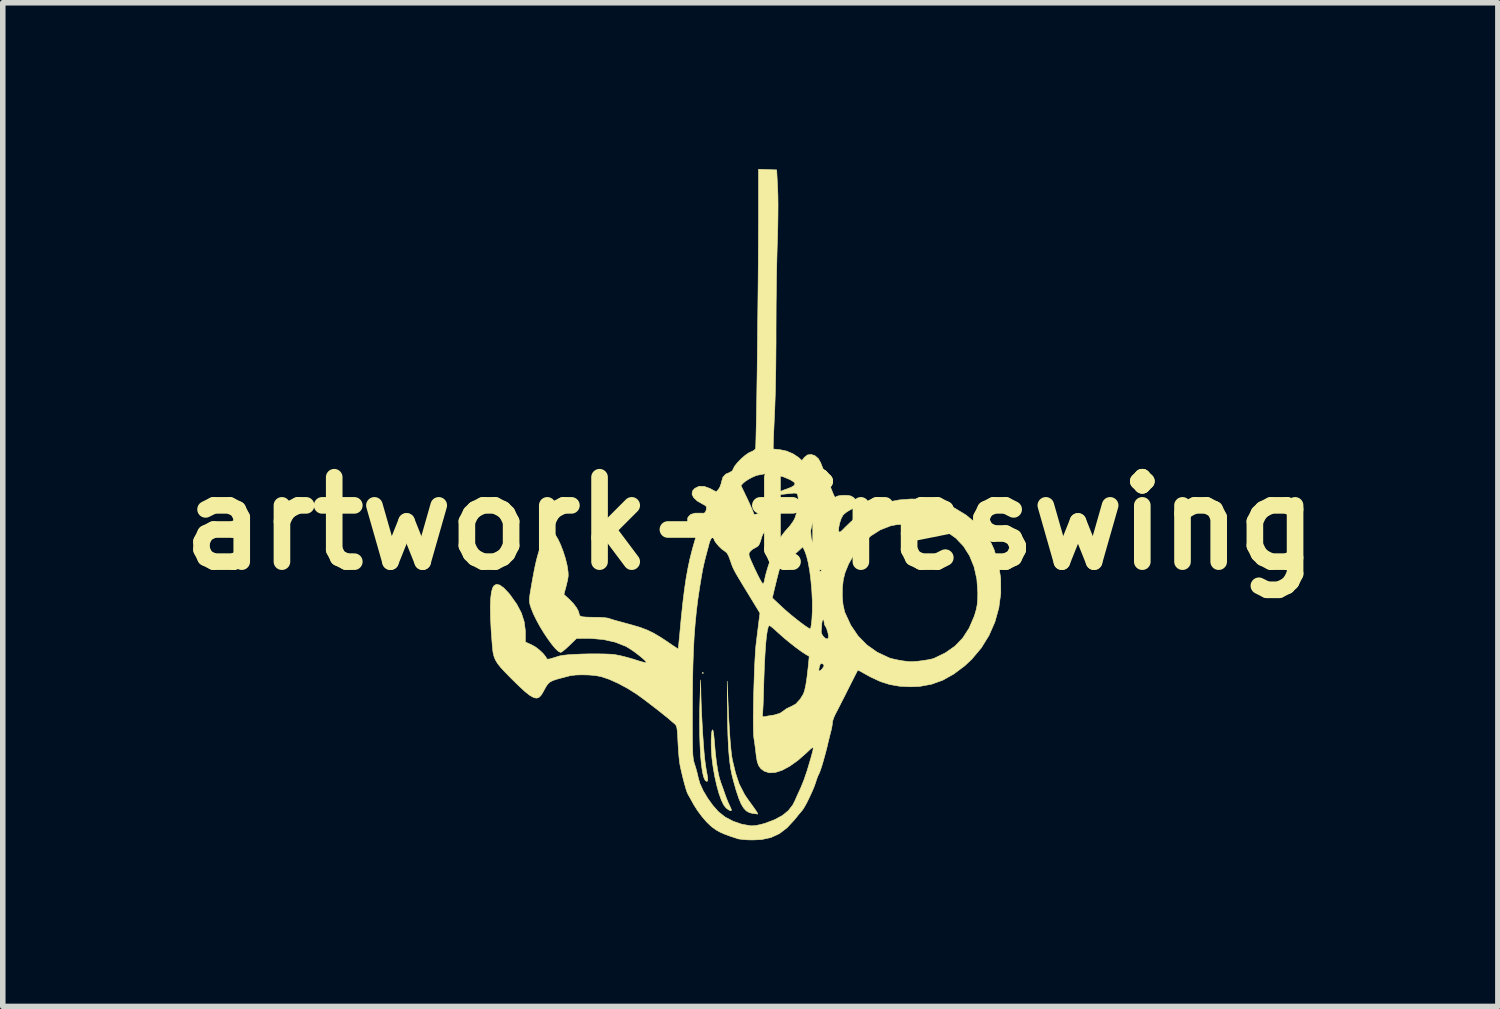
<source format=kicad_pcb>
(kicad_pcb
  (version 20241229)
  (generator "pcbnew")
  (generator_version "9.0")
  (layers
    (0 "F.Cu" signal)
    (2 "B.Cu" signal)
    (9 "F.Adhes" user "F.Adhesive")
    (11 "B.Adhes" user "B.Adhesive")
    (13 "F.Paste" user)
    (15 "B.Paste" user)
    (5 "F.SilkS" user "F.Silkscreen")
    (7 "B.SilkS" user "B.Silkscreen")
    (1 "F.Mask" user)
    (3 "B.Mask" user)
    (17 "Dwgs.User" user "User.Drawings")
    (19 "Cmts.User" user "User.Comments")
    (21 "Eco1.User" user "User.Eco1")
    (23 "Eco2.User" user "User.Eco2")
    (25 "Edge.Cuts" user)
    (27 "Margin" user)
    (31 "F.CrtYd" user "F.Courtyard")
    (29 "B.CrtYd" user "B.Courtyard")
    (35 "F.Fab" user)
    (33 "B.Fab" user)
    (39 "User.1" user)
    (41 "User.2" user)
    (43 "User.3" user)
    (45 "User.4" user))
  (footprint "artwork-tireswing"
    (layer "F.Cu")
    (at 10.494 6.399)
    (property "Reference" "artwork-tireswing" (at 0 0 0) (layer "F.SilkS") (effects (font (size 1.524 1.524) (thickness 0.3))))
    (attr through_hole)
    (fp_poly (pts (xy -0.847 2.699) (xy -0.857 2.709) (xy -0.868 2.699) (xy -0.857 2.688) (xy -0.847 2.699)) (stroke (width 0.01) (type solid)) (fill yes) (layer "F.SilkS"))
    (fp_poly (pts (xy -0.891 3.111) (xy -0.888 3.227) (xy -0.882 3.372) (xy -0.874 3.533) (xy -0.865 3.697) (xy -0.857 3.831) (xy -0.845 4.002) (xy -0.834 4.14) (xy -0.823 4.254) (xy -0.81 4.354) (xy -0.795 4.45) (xy -0.777 4.549) (xy -0.772 4.577) (xy -0.768 4.634) (xy -0.78 4.657) (xy -0.806 4.645) (xy -0.819 4.63) (xy -0.843 4.576) (xy -0.864 4.484) (xy -0.882 4.359) (xy -0.897 4.204) (xy -0.907 4.023) (xy -0.914 3.823) (xy -0.916 3.605) (xy -0.914 3.375) (xy -0.91 3.217) (xy -0.897 2.826) (xy -0.891 3.111)) (stroke (width 0.01) (type solid)) (fill yes) (layer "F.SilkS"))
    (fp_poly (pts (xy -0.675 3.734) (xy -0.664 3.78) (xy -0.655 3.866) (xy -0.654 3.873) (xy -0.634 4.109) (xy -0.612 4.306) (xy -0.587 4.465) (xy -0.56 4.59) (xy -0.53 4.684) (xy -0.528 4.688) (xy -0.513 4.73) (xy -0.489 4.796) (xy -0.464 4.868) (xy -0.434 4.953) (xy -0.401 5.034) (xy -0.378 5.084) (xy -0.354 5.136) (xy -0.34 5.17) (xy -0.339 5.174) (xy -0.353 5.186) (xy -0.39 5.171) (xy -0.438 5.135) (xy -0.482 5.079) (xy -0.525 4.988) (xy -0.568 4.867) (xy -0.607 4.725) (xy -0.642 4.568) (xy -0.671 4.403) (xy -0.693 4.236) (xy -0.704 4.074) (xy -0.706 4.011) (xy -0.706 3.897) (xy -0.701 3.809) (xy -0.694 3.751) (xy -0.685 3.725) (xy -0.675 3.734)) (stroke (width 0.01) (type solid)) (fill yes) (layer "F.SilkS"))
    (fp_poly (pts (xy -0.4 3.281) (xy -0.389 3.521) (xy -0.377 3.736) (xy -0.364 3.923) (xy -0.35 4.079) (xy -0.336 4.2) (xy -0.321 4.282) (xy -0.32 4.286) (xy -0.303 4.355) (xy -0.282 4.442) (xy -0.269 4.498) (xy -0.203 4.699) (xy -0.103 4.894) (xy -0.037 4.991) (xy 0.043 5.101) (xy 0.098 5.179) (xy 0.128 5.227) (xy 0.134 5.246) (xy 0.132 5.246) (xy 0.102 5.241) (xy 0.05 5.235) (xy 0.042 5.234) (xy -0.018 5.219) (xy -0.072 5.189) (xy -0.119 5.139) (xy -0.164 5.066) (xy -0.207 4.964) (xy -0.252 4.831) (xy -0.3 4.663) (xy -0.329 4.551) (xy -0.356 4.418) (xy -0.378 4.253) (xy -0.394 4.052) (xy -0.405 3.814) (xy -0.412 3.536) (xy -0.413 3.408) (xy -0.417 2.847) (xy -0.4 3.281)) (stroke (width 0.01) (type solid)) (fill yes) (layer "F.SilkS"))
    (fp_poly (pts (xy 0.312 -6.388) (xy 0.476 -6.382) (xy 0.493 -6.054) (xy 0.498 -5.924) (xy 0.5 -5.761) (xy 0.499 -5.57) (xy 0.496 -5.362) (xy 0.49 -5.142) (xy 0.487 -5.059) (xy 0.482 -4.881) (xy 0.477 -4.672) (xy 0.472 -4.439) (xy 0.469 -4.193) (xy 0.466 -3.944) (xy 0.465 -3.702) (xy 0.464 -3.482) (xy 0.464 -3.263) (xy 0.462 -3.036) (xy 0.46 -2.808) (xy 0.456 -2.587) (xy 0.452 -2.383) (xy 0.446 -2.203) (xy 0.441 -2.056) (xy 0.44 -2.043) (xy 0.433 -1.892) (xy 0.427 -1.751) (xy 0.421 -1.627) (xy 0.417 -1.527) (xy 0.415 -1.456) (xy 0.414 -1.429) (xy 0.413 -1.344) (xy 0.529 -1.333) (xy 0.65 -1.308) (xy 0.772 -1.257) (xy 0.873 -1.189) (xy 0.883 -1.18) (xy 0.931 -1.136) (xy 0.975 -1.193) (xy 1.032 -1.237) (xy 1.099 -1.246) (xy 1.167 -1.223) (xy 1.228 -1.17) (xy 1.27 -1.096) (xy 1.297 -1.026) (xy 1.323 -0.963) (xy 1.348 -0.903) (xy 1.382 -0.821) (xy 1.417 -0.732) (xy 1.449 -0.654) (xy 1.46 -0.624) (xy 1.492 -0.544) (xy 1.513 -0.497) (xy 1.528 -0.476) (xy 1.541 -0.475) (xy 1.55 -0.484) (xy 1.584 -0.497) (xy 1.644 -0.506) (xy 1.699 -0.508) (xy 1.774 -0.505) (xy 1.823 -0.493) (xy 1.863 -0.467) (xy 1.887 -0.445) (xy 1.926 -0.393) (xy 1.93 -0.348) (xy 1.897 -0.304) (xy 1.826 -0.257) (xy 1.802 -0.245) (xy 1.737 -0.206) (xy 1.686 -0.164) (xy 1.669 -0.144) (xy 1.639 -0.085) (xy 1.614 -0.01) (xy 1.598 0.064) (xy 1.593 0.122) (xy 1.596 0.141) (xy 1.609 0.156) (xy 1.63 0.149) (xy 1.668 0.115) (xy 1.699 0.082) (xy 1.816 -0.031) (xy 1.939 -0.128) (xy 2.08 -0.215) (xy 2.249 -0.3) (xy 2.307 -0.326) (xy 2.486 -0.387) (xy 2.689 -0.425) (xy 2.905 -0.442) (xy 3.122 -0.435) (xy 3.329 -0.406) (xy 3.468 -0.368) (xy 3.69 -0.276) (xy 3.894 -0.152) (xy 4.074 -0.004) (xy 4.227 0.166) (xy 4.346 0.352) (xy 4.398 0.466) (xy 4.479 0.726) (xy 4.519 0.991) (xy 4.521 1.259) (xy 4.486 1.522) (xy 4.415 1.778) (xy 4.308 2.022) (xy 4.168 2.248) (xy 3.995 2.453) (xy 3.871 2.569) (xy 3.672 2.718) (xy 3.474 2.829) (xy 3.271 2.902) (xy 3.058 2.941) (xy 2.889 2.948) (xy 2.694 2.938) (xy 2.516 2.907) (xy 2.344 2.852) (xy 2.165 2.768) (xy 2.067 2.714) (xy 2.005 2.679) (xy 1.959 2.655) (xy 1.939 2.649) (xy 1.939 2.649) (xy 1.928 2.67) (xy 1.901 2.722) (xy 1.862 2.799) (xy 1.813 2.896) (xy 1.763 2.995) (xy 1.704 3.113) (xy 1.646 3.226) (xy 1.596 3.325) (xy 1.557 3.401) (xy 1.537 3.437) (xy 1.506 3.506) (xy 1.486 3.567) (xy 1.482 3.594) (xy 1.476 3.651) (xy 1.463 3.718) (xy 1.462 3.723) (xy 1.448 3.775) (xy 1.428 3.856) (xy 1.404 3.954) (xy 1.386 4.032) (xy 1.352 4.163) (xy 1.318 4.285) (xy 1.286 4.393) (xy 1.257 4.477) (xy 1.234 4.531) (xy 1.228 4.54) (xy 1.215 4.571) (xy 1.194 4.628) (xy 1.175 4.688) (xy 1.149 4.76) (xy 1.111 4.849) (xy 1.067 4.944) (xy 1.022 5.036) (xy 0.979 5.114) (xy 0.945 5.168) (xy 0.93 5.186) (xy 0.913 5.206) (xy 0.875 5.251) (xy 0.825 5.314) (xy 0.797 5.348) (xy 0.663 5.493) (xy 0.524 5.599) (xy 0.372 5.669) (xy 0.201 5.706) (xy 0.047 5.713) (xy -0.05 5.711) (xy -0.137 5.704) (xy -0.202 5.696) (xy -0.222 5.692) (xy -0.359 5.647) (xy -0.463 5.609) (xy -0.545 5.573) (xy -0.613 5.535) (xy -0.677 5.49) (xy -0.712 5.462) (xy -0.789 5.388) (xy -0.874 5.289) (xy -0.957 5.177) (xy -1.027 5.065) (xy -1.036 5.048) (xy -1.073 4.981) (xy -1.103 4.927) (xy -1.119 4.9) (xy -1.14 4.857) (xy -1.166 4.779) (xy -1.195 4.675) (xy -1.226 4.553) (xy -1.257 4.419) (xy -1.269 4.361) (xy -1.279 4.296) (xy -1.289 4.201) (xy -1.298 4.088) (xy -1.305 3.968) (xy -1.306 3.951) (xy -1.312 3.831) (xy -1.318 3.746) (xy -1.326 3.689) (xy -1.337 3.653) (xy -1.351 3.631) (xy -1.36 3.622) (xy -1.402 3.587) (xy -1.426 3.566) (xy -1.432 3.561) (xy -1.046 3.561) (xy -1.045 3.74) (xy -1.045 3.885) (xy -1.043 4.002) (xy -1.041 4.093) (xy -1.038 4.165) (xy -1.033 4.22) (xy -1.027 4.265) (xy -1.019 4.302) (xy -1.009 4.337) (xy -1.001 4.36) (xy -0.975 4.446) (xy -0.953 4.528) (xy -0.942 4.581) (xy -0.91 4.694) (xy -0.851 4.824) (xy -0.771 4.958) (xy -0.678 5.088) (xy -0.577 5.202) (xy -0.572 5.207) (xy -0.454 5.3) (xy -0.309 5.376) (xy -0.151 5.43) (xy 0.006 5.457) (xy 0.032 5.458) (xy 0.095 5.453) (xy 0.18 5.436) (xy 0.265 5.413) (xy 0.441 5.346) (xy 0.58 5.271) (xy 0.687 5.183) (xy 0.767 5.08) (xy 0.809 4.996) (xy 0.84 4.925) (xy 0.88 4.837) (xy 0.914 4.763) (xy 0.968 4.63) (xy 1.027 4.457) (xy 1.09 4.244) (xy 1.105 4.191) (xy 1.128 4.104) (xy 1.136 4.056) (xy 1.127 4.043) (xy 1.095 4.064) (xy 1.038 4.117) (xy 1.013 4.141) (xy 0.858 4.277) (xy 0.71 4.382) (xy 0.574 4.455) (xy 0.45 4.495) (xy 0.342 4.501) (xy 0.253 4.471) (xy 0.25 4.47) (xy 0.191 4.426) (xy 0.152 4.374) (xy 0.126 4.304) (xy 0.108 4.205) (xy 0.104 4.172) (xy 0.092 4.067) (xy 0.077 3.954) (xy 0.064 3.87) (xy 0.059 3.812) (xy 0.056 3.718) (xy 0.054 3.594) (xy 0.055 3.479) (xy 0.218 3.479) (xy 0.235 3.49) (xy 0.27 3.485) (xy 0.327 3.474) (xy 0.401 3.462) (xy 0.43 3.458) (xy 0.536 3.426) (xy 0.592 3.388) (xy 0.655 3.342) (xy 0.727 3.308) (xy 0.734 3.306) (xy 0.82 3.259) (xy 0.901 3.171) (xy 0.957 3.08) (xy 0.98 3.016) (xy 1.002 2.914) (xy 1.023 2.775) (xy 1.037 2.655) (xy 1.236 2.655) (xy 1.252 2.664) (xy 1.287 2.636) (xy 1.297 2.624) (xy 1.329 2.577) (xy 1.326 2.547) (xy 1.302 2.533) (xy 1.277 2.528) (xy 1.26 2.545) (xy 1.245 2.592) (xy 1.241 2.609) (xy 1.236 2.655) (xy 1.037 2.655) (xy 1.043 2.603) (xy 1.05 2.538) (xy 1.063 2.399) (xy 0.985 2.353) (xy 0.913 2.305) (xy 0.819 2.236) (xy 0.715 2.154) (xy 0.609 2.067) (xy 0.512 1.981) (xy 0.483 1.954) (xy 0.471 1.943) (xy 1.279 1.943) (xy 1.285 1.986) (xy 1.311 2.032) (xy 1.346 2.068) (xy 1.382 2.085) (xy 1.402 2.078) (xy 1.413 2.046) (xy 1.404 1.986) (xy 1.397 1.959) (xy 1.378 1.899) (xy 1.359 1.859) (xy 1.352 1.85) (xy 1.338 1.823) (xy 1.333 1.787) (xy 1.327 1.744) (xy 1.313 1.737) (xy 1.298 1.759) (xy 1.29 1.808) (xy 1.29 1.815) (xy 1.286 1.882) (xy 1.28 1.939) (xy 1.279 1.943) (xy 0.471 1.943) (xy 0.424 1.901) (xy 0.375 1.861) (xy 0.345 1.842) (xy 0.343 1.841) (xy 0.325 1.862) (xy 0.309 1.923) (xy 0.293 2.023) (xy 0.279 2.158) (xy 0.267 2.328) (xy 0.256 2.529) (xy 0.247 2.76) (xy 0.243 2.891) (xy 0.239 3.033) (xy 0.235 3.165) (xy 0.231 3.278) (xy 0.226 3.367) (xy 0.223 3.423) (xy 0.221 3.437) (xy 0.218 3.479) (xy 0.055 3.479) (xy 0.055 3.447) (xy 0.057 3.284) (xy 0.06 3.11) (xy 0.065 2.932) (xy 0.071 2.756) (xy 0.077 2.589) (xy 0.085 2.436) (xy 0.093 2.305) (xy 0.101 2.202) (xy 0.105 2.17) (xy 0.118 2.064) (xy 0.133 1.94) (xy 0.148 1.824) (xy 0.149 1.809) (xy 0.174 1.618) (xy 0.007 1.344) (xy 0.397 1.344) (xy 0.574 1.511) (xy 0.648 1.577) (xy 0.732 1.649) (xy 0.821 1.721) (xy 0.907 1.788) (xy 0.983 1.844) (xy 1.043 1.884) (xy 1.079 1.904) (xy 1.083 1.904) (xy 1.091 1.885) (xy 1.1 1.833) (xy 1.109 1.758) (xy 1.112 1.724) (xy 1.12 1.566) (xy 1.119 1.393) (xy 1.115 1.318) (xy 1.66 1.318) (xy 1.673 1.464) (xy 1.701 1.589) (xy 1.709 1.612) (xy 1.814 1.838) (xy 1.945 2.031) (xy 2.103 2.192) (xy 2.29 2.324) (xy 2.507 2.426) (xy 2.508 2.427) (xy 2.569 2.444) (xy 2.655 2.463) (xy 2.75 2.48) (xy 2.838 2.491) (xy 2.885 2.495) (xy 2.948 2.493) (xy 3.033 2.486) (xy 3.118 2.475) (xy 3.2 2.462) (xy 3.269 2.448) (xy 3.312 2.437) (xy 3.313 2.436) (xy 3.52 2.336) (xy 3.693 2.215) (xy 3.835 2.067) (xy 3.949 1.891) (xy 4.039 1.682) (xy 4.052 1.643) (xy 4.079 1.552) (xy 4.095 1.468) (xy 4.104 1.375) (xy 4.106 1.258) (xy 4.106 1.247) (xy 4.089 1.005) (xy 4.039 0.783) (xy 3.958 0.584) (xy 3.848 0.41) (xy 3.71 0.265) (xy 3.547 0.149) (xy 3.361 0.066) (xy 3.159 0.019) (xy 3.041 0.008) (xy 2.904 0.006) (xy 2.765 0.011) (xy 2.636 0.023) (xy 2.535 0.042) (xy 2.529 0.044) (xy 2.347 0.115) (xy 2.176 0.224) (xy 2.021 0.366) (xy 1.885 0.536) (xy 1.774 0.731) (xy 1.71 0.888) (xy 1.678 1.015) (xy 1.662 1.163) (xy 1.66 1.318) (xy 1.115 1.318) (xy 1.11 1.213) (xy 1.094 1.034) (xy 1.073 0.864) (xy 1.046 0.712) (xy 1.015 0.586) (xy 0.984 0.5) (xy 0.947 0.423) (xy 0.853 0.51) (xy 0.796 0.559) (xy 0.755 0.583) (xy 0.715 0.589) (xy 0.679 0.585) (xy 0.6 0.572) (xy 0.555 0.725) (xy 0.527 0.821) (xy 0.504 0.906) (xy 0.481 0.995) (xy 0.455 1.101) (xy 0.432 1.196) (xy 0.397 1.344) (xy 0.007 1.344) (xy -0.032 1.28) (xy -0.118 1.14) (xy -0.184 1.03) (xy -0.235 0.945) (xy -0.272 0.88) (xy -0.299 0.828) (xy -0.319 0.785) (xy -0.335 0.744) (xy -0.35 0.701) (xy -0.362 0.666) (xy -0.393 0.583) (xy -0.424 0.531) (xy -0.461 0.5) (xy -0.466 0.497) (xy -0.514 0.463) (xy -0.567 0.412) (xy -0.615 0.356) (xy -0.648 0.307) (xy -0.656 0.281) (xy -0.673 0.257) (xy -0.685 0.254) (xy -0.708 0.273) (xy -0.731 0.324) (xy -0.741 0.355) (xy -0.76 0.43) (xy -0.779 0.499) (xy -0.784 0.519) (xy -0.815 0.636) (xy -0.838 0.731) (xy -0.858 0.823) (xy -0.876 0.921) (xy -0.914 1.149) (xy -0.947 1.37) (xy -0.974 1.589) (xy -0.996 1.813) (xy -1.014 2.047) (xy -1.027 2.298) (xy -1.036 2.571) (xy -1.042 2.872) (xy -1.045 3.207) (xy -1.045 3.344) (xy -1.046 3.561) (xy -1.432 3.561) (xy -1.49 3.511) (xy -1.58 3.439) (xy -1.684 3.356) (xy -1.795 3.271) (xy -1.902 3.189) (xy -1.996 3.12) (xy -2.058 3.076) (xy -2.219 2.975) (xy -2.385 2.886) (xy -2.545 2.814) (xy -2.687 2.766) (xy -2.698 2.763) (xy -2.793 2.746) (xy -2.91 2.735) (xy -3.034 2.732) (xy -3.15 2.735) (xy -3.243 2.747) (xy -3.26 2.75) (xy -3.39 2.784) (xy -3.487 2.81) (xy -3.557 2.833) (xy -3.608 2.857) (xy -3.645 2.887) (xy -3.676 2.927) (xy -3.708 2.982) (xy -3.747 3.054) (xy -3.782 3.108) (xy -3.819 3.142) (xy -3.863 3.153) (xy -3.916 3.14) (xy -3.982 3.102) (xy -4.065 3.037) (xy -4.167 2.943) (xy -4.294 2.819) (xy -4.318 2.795) (xy -4.425 2.686) (xy -4.505 2.6) (xy -4.563 2.527) (xy -4.602 2.462) (xy -4.628 2.396) (xy -4.645 2.322) (xy -4.655 2.233) (xy -4.659 2.186) (xy -4.679 1.918) (xy -4.69 1.691) (xy -4.693 1.503) (xy -4.687 1.352) (xy -4.673 1.238) (xy -4.65 1.16) (xy -4.631 1.127) (xy -4.585 1.099) (xy -4.525 1.111) (xy -4.452 1.162) (xy -4.366 1.252) (xy -4.334 1.291) (xy -4.215 1.459) (xy -4.132 1.617) (xy -4.082 1.774) (xy -4.061 1.935) (xy -4.061 1.968) (xy -4.06 2.14) (xy -3.951 2.189) (xy -3.879 2.229) (xy -3.805 2.286) (xy -3.739 2.349) (xy -3.692 2.408) (xy -3.679 2.434) (xy -3.663 2.45) (xy -3.625 2.446) (xy -3.597 2.439) (xy -3.526 2.417) (xy -3.449 2.393) (xy -3.44 2.391) (xy -3.38 2.38) (xy -3.287 2.37) (xy -3.169 2.363) (xy -3.036 2.357) (xy -2.895 2.354) (xy -2.756 2.354) (xy -2.628 2.356) (xy -2.52 2.36) (xy -2.439 2.368) (xy -2.438 2.369) (xy -2.345 2.387) (xy -2.232 2.415) (xy -2.121 2.447) (xy -2.092 2.456) (xy -2.007 2.483) (xy -1.936 2.503) (xy -1.89 2.513) (xy -1.878 2.513) (xy -1.881 2.498) (xy -1.911 2.464) (xy -1.963 2.418) (xy -2.028 2.366) (xy -2.099 2.312) (xy -2.171 2.264) (xy -2.234 2.225) (xy -2.249 2.217) (xy -2.437 2.143) (xy -2.651 2.095) (xy -2.881 2.075) (xy -2.917 2.075) (xy -3.135 2.074) (xy -3.266 2.201) (xy -3.328 2.259) (xy -3.382 2.303) (xy -3.417 2.326) (xy -3.424 2.328) (xy -3.463 2.31) (xy -3.516 2.261) (xy -3.58 2.185) (xy -3.65 2.09) (xy -3.723 1.981) (xy -3.794 1.865) (xy -3.859 1.747) (xy -3.914 1.635) (xy -3.955 1.533) (xy -3.958 1.524) (xy -3.978 1.461) (xy -3.987 1.41) (xy -3.987 1.355) (xy -3.978 1.282) (xy -3.969 1.226) (xy -3.938 1.046) (xy -3.911 0.899) (xy -3.887 0.778) (xy -3.864 0.676) (xy -3.84 0.583) (xy -3.813 0.493) (xy -3.788 0.417) (xy -3.738 0.286) (xy -3.689 0.193) (xy -3.642 0.14) (xy -3.606 0.127) (xy -3.567 0.147) (xy -3.522 0.201) (xy -3.473 0.282) (xy -3.424 0.385) (xy -3.379 0.503) (xy -3.339 0.627) (xy -3.308 0.753) (xy -3.3 0.801) (xy -3.289 0.881) (xy -3.287 0.946) (xy -3.297 1.015) (xy -3.318 1.104) (xy -3.32 1.113) (xy -3.365 1.281) (xy -3.272 1.365) (xy -3.198 1.441) (xy -3.139 1.518) (xy -3.101 1.588) (xy -3.09 1.633) (xy -3.084 1.658) (xy -3.062 1.675) (xy -3.018 1.686) (xy -2.945 1.691) (xy -2.837 1.693) (xy -2.814 1.693) (xy -2.719 1.695) (xy -2.636 1.7) (xy -2.576 1.708) (xy -2.557 1.712) (xy -2.532 1.721) (xy -2.502 1.731) (xy -2.46 1.744) (xy -2.399 1.761) (xy -2.313 1.784) (xy -2.196 1.816) (xy -2.138 1.832) (xy -1.991 1.875) (xy -1.864 1.923) (xy -1.744 1.981) (xy -1.617 2.056) (xy -1.507 2.129) (xy -1.428 2.183) (xy -1.362 2.227) (xy -1.318 2.255) (xy -1.303 2.265) (xy -1.299 2.245) (xy -1.293 2.191) (xy -1.285 2.109) (xy -1.275 2.008) (xy -1.272 1.974) (xy -1.245 1.678) (xy -1.217 1.42) (xy -1.189 1.192) (xy -1.159 0.989) (xy -1.126 0.806) (xy -1.09 0.636) (xy -1.049 0.475) (xy -1.026 0.392) (xy -0.993 0.28) (xy -0.971 0.202) (xy -0.961 0.151) (xy -0.961 0.119) (xy -0.973 0.101) (xy -0.995 0.088) (xy -1.024 0.076) (xy -1.095 0.031) (xy -1.132 -0.027) (xy -1.132 -0.092) (xy -1.122 -0.116) (xy -1.076 -0.163) (xy -0.998 -0.186) (xy -0.904 -0.187) (xy -0.846 -0.185) (xy -0.817 -0.196) (xy -0.801 -0.229) (xy -0.794 -0.256) (xy -0.79 -0.295) (xy -0.809 -0.322) (xy -0.855 -0.347) (xy -0.958 -0.406) (xy -1.024 -0.468) (xy -1.053 -0.529) (xy -1.043 -0.588) (xy -1.003 -0.633) (xy -0.925 -0.671) (xy -0.834 -0.67) (xy -0.727 -0.631) (xy -0.715 -0.624) (xy -0.616 -0.571) (xy -0.575 -0.615) (xy -0.545 -0.665) (xy -0.538 -0.685) (xy -0.169 -0.685) (xy -0.114 -0.57) (xy -0.051 -0.438) (xy 0.000403 -0.327) (xy 0.038 -0.241) (xy 0.059 -0.187) (xy 0.064 -0.169) (xy 0.08 -0.162) (xy 0.124 -0.173) (xy 0.14 -0.18) (xy 0.245 -0.209) (xy 0.335 -0.201) (xy 0.367 -0.188) (xy 0.416 -0.156) (xy 0.465 -0.116) (xy 0.499 -0.079) (xy 0.508 -0.06) (xy 0.492 -0.041) (xy 0.45 -0.004) (xy 0.392 0.042) (xy 0.386 0.046) (xy 0.31 0.104) (xy 0.26 0.148) (xy 0.228 0.191) (xy 0.206 0.244) (xy 0.189 0.303) (xy 0.165 0.371) (xy 0.136 0.411) (xy 0.092 0.437) (xy 0.035 0.469) (xy -0.007 0.509) (xy -0.007 0.51) (xy -0.023 0.538) (xy -0.024 0.57) (xy -0.01 0.616) (xy 0.014 0.674) (xy 0.073 0.805) (xy 0.127 0.917) (xy 0.172 1.005) (xy 0.206 1.064) (xy 0.228 1.09) (xy 0.232 1.091) (xy 0.246 1.065) (xy 0.259 1.014) (xy 0.261 0.999) (xy 0.28 0.917) (xy 0.311 0.808) (xy 0.352 0.685) (xy 0.397 0.559) (xy 0.443 0.444) (xy 0.477 0.369) (xy 0.539 0.259) (xy 0.616 0.155) (xy 0.64 0.128) (xy 1.089 0.128) (xy 1.099 0.262) (xy 1.123 0.339) (xy 1.152 0.42) (xy 1.182 0.517) (xy 1.21 0.619) (xy 1.232 0.712) (xy 1.246 0.786) (xy 1.249 0.817) (xy 1.254 0.863) (xy 1.268 0.868) (xy 1.29 0.833) (xy 1.321 0.758) (xy 1.336 0.716) (xy 1.37 0.606) (xy 1.385 0.52) (xy 1.385 0.447) (xy 1.385 0.446) (xy 1.365 0.284) (xy 1.341 0.131) (xy 1.314 -0.006) (xy 1.286 -0.123) (xy 1.258 -0.213) (xy 1.231 -0.273) (xy 1.207 -0.296) (xy 1.205 -0.296) (xy 1.192 -0.277) (xy 1.176 -0.228) (xy 1.164 -0.175) (xy 1.147 -0.1) (xy 1.131 -0.036) (xy 1.122 -0.008) (xy 1.089 0.128) (xy 0.64 0.128) (xy 0.655 0.111) (xy 0.717 0.041) (xy 0.771 -0.034) (xy 0.803 -0.092) (xy 0.828 -0.169) (xy 0.848 -0.263) (xy 0.861 -0.361) (xy 0.865 -0.447) (xy 0.857 -0.508) (xy 0.857 -0.508) (xy 0.846 -0.534) (xy 0.826 -0.546) (xy 0.786 -0.548) (xy 0.716 -0.541) (xy 0.712 -0.541) (xy 0.615 -0.53) (xy 0.553 -0.524) (xy 0.516 -0.523) (xy 0.497 -0.528) (xy 0.488 -0.537) (xy 0.487 -0.54) (xy 0.5 -0.556) (xy 0.546 -0.58) (xy 0.615 -0.608) (xy 0.646 -0.618) (xy 0.739 -0.654) (xy 0.793 -0.687) (xy 0.807 -0.718) (xy 0.782 -0.752) (xy 0.717 -0.791) (xy 0.611 -0.836) (xy 0.609 -0.837) (xy 0.434 -0.888) (xy 0.269 -0.898) (xy 0.114 -0.868) (xy 0.038 -0.836) (xy -0.034 -0.797) (xy -0.095 -0.757) (xy -0.126 -0.731) (xy -0.169 -0.685) (xy -0.538 -0.685) (xy -0.523 -0.732) (xy -0.52 -0.751) (xy -0.494 -0.837) (xy -0.444 -0.891) (xy -0.378 -0.918) (xy -0.326 -0.949) (xy -0.309 -0.983) (xy -0.283 -1.035) (xy -0.231 -1.099) (xy -0.165 -1.167) (xy -0.094 -1.229) (xy -0.029 -1.274) (xy 0.004 -1.289) (xy 0.057 -1.314) (xy 0.091 -1.343) (xy 0.094 -1.349) (xy 0.097 -1.375) (xy 0.099 -1.441) (xy 0.102 -1.542) (xy 0.105 -1.676) (xy 0.109 -1.838) (xy 0.112 -2.027) (xy 0.116 -2.238) (xy 0.119 -2.467) (xy 0.123 -2.713) (xy 0.126 -2.971) (xy 0.129 -3.238) (xy 0.132 -3.511) (xy 0.135 -3.787) (xy 0.138 -4.061) (xy 0.141 -4.332) (xy 0.143 -4.595) (xy 0.145 -4.847) (xy 0.146 -5.085) (xy 0.147 -5.305) (xy 0.148 -5.505) (xy 0.148 -5.552) (xy 0.148 -6.394) (xy 0.312 -6.388)) (stroke (width 0.01) (type solid)) (fill yes) (layer "F.SilkS")))
  (gr_rect
    (start -3 -3)
    (end 23.988 15.117)
    (stroke (width 0.1) (type default))
    (fill no)
    (layer "Edge.Cuts")))
</source>
